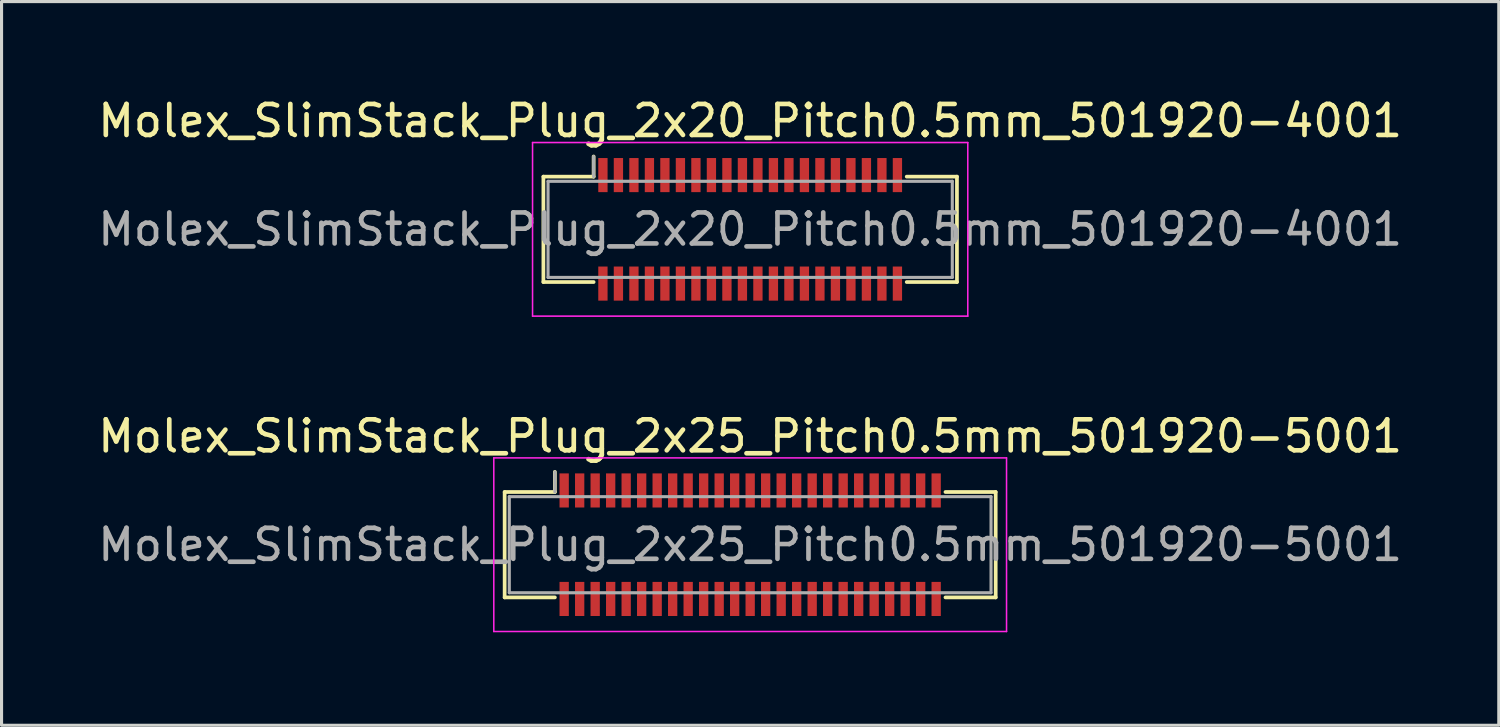
<source format=kicad_pcb>
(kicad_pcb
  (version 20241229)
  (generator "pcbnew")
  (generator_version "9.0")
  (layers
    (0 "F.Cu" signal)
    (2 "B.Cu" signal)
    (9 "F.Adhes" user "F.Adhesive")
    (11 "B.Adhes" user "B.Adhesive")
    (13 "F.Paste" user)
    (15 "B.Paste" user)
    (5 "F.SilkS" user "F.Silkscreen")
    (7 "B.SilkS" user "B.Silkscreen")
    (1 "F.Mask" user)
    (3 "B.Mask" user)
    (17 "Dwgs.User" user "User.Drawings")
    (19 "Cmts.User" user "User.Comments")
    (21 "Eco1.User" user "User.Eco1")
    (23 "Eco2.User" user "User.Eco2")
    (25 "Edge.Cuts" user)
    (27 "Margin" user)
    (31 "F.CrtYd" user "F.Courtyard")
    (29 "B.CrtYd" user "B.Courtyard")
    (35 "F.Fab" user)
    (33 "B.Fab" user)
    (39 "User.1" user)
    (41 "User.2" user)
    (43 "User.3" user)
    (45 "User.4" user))
  (footprint "Molex_SlimStack_Plug_2x25_Pitch0.5mm_501920-5001"
    (layer "F.Cu")
    (at 21.149 14.521)
    (property "Reference" "Molex_SlimStack_Plug_2x25_Pitch0.5mm_501920-5001" (at 0 -3.5 0) (layer "F.SilkS") (effects (font (size 1 1) (thickness 0.15))))
    (attr smd)
    (fp_line (start -7.92 -1.7) (end -6.3 -1.7) (stroke (width 0.12) (type solid)) (layer "F.SilkS"))
    (fp_line (start -7.92 1.7) (end -7.92 -1.7) (stroke (width 0.12) (type solid)) (layer "F.SilkS"))
    (fp_line (start -6.3 -1.7) (end -6.3 -2.35) (stroke (width 0.12) (type solid)) (layer "F.SilkS"))
    (fp_line (start -6.3 1.7) (end -7.92 1.7) (stroke (width 0.12) (type solid)) (layer "F.SilkS"))
    (fp_line (start 6.3 1.7) (end 7.92 1.7) (stroke (width 0.12) (type solid)) (layer "F.SilkS"))
    (fp_line (start 7.92 -1.7) (end 6.3 -1.7) (stroke (width 0.12) (type solid)) (layer "F.SilkS"))
    (fp_line (start 7.92 1.7) (end 7.92 -1.7) (stroke (width 0.12) (type solid)) (layer "F.SilkS"))
    (fp_line (start -8.27 -2.8) (end -8.27 2.8) (stroke (width 0.05) (type solid)) (layer "F.CrtYd"))
    (fp_line (start -8.27 2.8) (end 8.27 2.8) (stroke (width 0.05) (type solid)) (layer "F.CrtYd"))
    (fp_line (start 8.27 -2.8) (end -8.27 -2.8) (stroke (width 0.05) (type solid)) (layer "F.CrtYd"))
    (fp_line (start 8.27 2.8) (end 8.27 -2.8) (stroke (width 0.05) (type solid)) (layer "F.CrtYd"))
    (fp_line (start -7.77 -1.55) (end -7.77 1.55) (stroke (width 0.1) (type solid)) (layer "F.Fab"))
    (fp_line (start -7.77 1.55) (end 7.77 1.55) (stroke (width 0.1) (type solid)) (layer "F.Fab"))
    (fp_line (start -6.3 -1.7) (end -6.3 -2.35) (stroke (width 0.1) (type solid)) (layer "F.Fab"))
    (fp_line (start 7.77 -1.55) (end -7.77 -1.55) (stroke (width 0.1) (type solid)) (layer "F.Fab"))
    (fp_line (start 7.77 1.55) (end 7.77 -1.55) (stroke (width 0.1) (type solid)) (layer "F.Fab"))
    (fp_text user "${REFERENCE}" (at 0 0 0) (layer "F.Fab") (effects (font (size 1 1) (thickness 0.15))))
    (pad "1" smd rect (at -6 -1.75) (size 0.3 1.1) (layers "F.Cu" "F.Mask" "F.Paste"))
    (pad "2" smd rect (at -6 1.75) (size 0.3 1.1) (layers "F.Cu" "F.Mask" "F.Paste"))
    (pad "3" smd rect (at -5.5 -1.75) (size 0.3 1.1) (layers "F.Cu" "F.Mask" "F.Paste"))
    (pad "4" smd rect (at -5.5 1.75) (size 0.3 1.1) (layers "F.Cu" "F.Mask" "F.Paste"))
    (pad "5" smd rect (at -5 -1.75) (size 0.3 1.1) (layers "F.Cu" "F.Mask" "F.Paste"))
    (pad "6" smd rect (at -5 1.75) (size 0.3 1.1) (layers "F.Cu" "F.Mask" "F.Paste"))
    (pad "7" smd rect (at -4.5 -1.75) (size 0.3 1.1) (layers "F.Cu" "F.Mask" "F.Paste"))
    (pad "8" smd rect (at -4.5 1.75) (size 0.3 1.1) (layers "F.Cu" "F.Mask" "F.Paste"))
    (pad "9" smd rect (at -4 -1.75) (size 0.3 1.1) (layers "F.Cu" "F.Mask" "F.Paste"))
    (pad "10" smd rect (at -4 1.75) (size 0.3 1.1) (layers "F.Cu" "F.Mask" "F.Paste"))
    (pad "11" smd rect (at -3.5 -1.75) (size 0.3 1.1) (layers "F.Cu" "F.Mask" "F.Paste"))
    (pad "12" smd rect (at -3.5 1.75) (size 0.3 1.1) (layers "F.Cu" "F.Mask" "F.Paste"))
    (pad "13" smd rect (at -3 -1.75) (size 0.3 1.1) (layers "F.Cu" "F.Mask" "F.Paste"))
    (pad "14" smd rect (at -3 1.75) (size 0.3 1.1) (layers "F.Cu" "F.Mask" "F.Paste"))
    (pad "15" smd rect (at -2.5 -1.75) (size 0.3 1.1) (layers "F.Cu" "F.Mask" "F.Paste"))
    (pad "16" smd rect (at -2.5 1.75) (size 0.3 1.1) (layers "F.Cu" "F.Mask" "F.Paste"))
    (pad "17" smd rect (at -2 -1.75) (size 0.3 1.1) (layers "F.Cu" "F.Mask" "F.Paste"))
    (pad "18" smd rect (at -2 1.75) (size 0.3 1.1) (layers "F.Cu" "F.Mask" "F.Paste"))
    (pad "19" smd rect (at -1.5 -1.75) (size 0.3 1.1) (layers "F.Cu" "F.Mask" "F.Paste"))
    (pad "20" smd rect (at -1.5 1.75) (size 0.3 1.1) (layers "F.Cu" "F.Mask" "F.Paste"))
    (pad "21" smd rect (at -1 -1.75) (size 0.3 1.1) (layers "F.Cu" "F.Mask" "F.Paste"))
    (pad "22" smd rect (at -1 1.75) (size 0.3 1.1) (layers "F.Cu" "F.Mask" "F.Paste"))
    (pad "23" smd rect (at -0.5 -1.75) (size 0.3 1.1) (layers "F.Cu" "F.Mask" "F.Paste"))
    (pad "24" smd rect (at -0.5 1.75) (size 0.3 1.1) (layers "F.Cu" "F.Mask" "F.Paste"))
    (pad "25" smd rect (at 0 -1.75) (size 0.3 1.1) (layers "F.Cu" "F.Mask" "F.Paste"))
    (pad "26" smd rect (at 0 1.75) (size 0.3 1.1) (layers "F.Cu" "F.Mask" "F.Paste"))
    (pad "27" smd rect (at 0.5 -1.75) (size 0.3 1.1) (layers "F.Cu" "F.Mask" "F.Paste"))
    (pad "28" smd rect (at 0.5 1.75) (size 0.3 1.1) (layers "F.Cu" "F.Mask" "F.Paste"))
    (pad "29" smd rect (at 1 -1.75) (size 0.3 1.1) (layers "F.Cu" "F.Mask" "F.Paste"))
    (pad "30" smd rect (at 1 1.75) (size 0.3 1.1) (layers "F.Cu" "F.Mask" "F.Paste"))
    (pad "31" smd rect (at 1.5 -1.75) (size 0.3 1.1) (layers "F.Cu" "F.Mask" "F.Paste"))
    (pad "32" smd rect (at 1.5 1.75) (size 0.3 1.1) (layers "F.Cu" "F.Mask" "F.Paste"))
    (pad "33" smd rect (at 2 -1.75) (size 0.3 1.1) (layers "F.Cu" "F.Mask" "F.Paste"))
    (pad "34" smd rect (at 2 1.75) (size 0.3 1.1) (layers "F.Cu" "F.Mask" "F.Paste"))
    (pad "35" smd rect (at 2.5 -1.75) (size 0.3 1.1) (layers "F.Cu" "F.Mask" "F.Paste"))
    (pad "36" smd rect (at 2.5 1.75) (size 0.3 1.1) (layers "F.Cu" "F.Mask" "F.Paste"))
    (pad "37" smd rect (at 3 -1.75) (size 0.3 1.1) (layers "F.Cu" "F.Mask" "F.Paste"))
    (pad "38" smd rect (at 3 1.75) (size 0.3 1.1) (layers "F.Cu" "F.Mask" "F.Paste"))
    (pad "39" smd rect (at 3.5 -1.75) (size 0.3 1.1) (layers "F.Cu" "F.Mask" "F.Paste"))
    (pad "40" smd rect (at 3.5 1.75) (size 0.3 1.1) (layers "F.Cu" "F.Mask" "F.Paste"))
    (pad "41" smd rect (at 4 -1.75) (size 0.3 1.1) (layers "F.Cu" "F.Mask" "F.Paste"))
    (pad "42" smd rect (at 4 1.75) (size 0.3 1.1) (layers "F.Cu" "F.Mask" "F.Paste"))
    (pad "43" smd rect (at 4.5 -1.75) (size 0.3 1.1) (layers "F.Cu" "F.Mask" "F.Paste"))
    (pad "44" smd rect (at 4.5 1.75) (size 0.3 1.1) (layers "F.Cu" "F.Mask" "F.Paste"))
    (pad "45" smd rect (at 5 -1.75) (size 0.3 1.1) (layers "F.Cu" "F.Mask" "F.Paste"))
    (pad "46" smd rect (at 5 1.75) (size 0.3 1.1) (layers "F.Cu" "F.Mask" "F.Paste"))
    (pad "47" smd rect (at 5.5 -1.75) (size 0.3 1.1) (layers "F.Cu" "F.Mask" "F.Paste"))
    (pad "48" smd rect (at 5.5 1.75) (size 0.3 1.1) (layers "F.Cu" "F.Mask" "F.Paste"))
    (pad "49" smd rect (at 6 -1.75) (size 0.3 1.1) (layers "F.Cu" "F.Mask" "F.Paste"))
    (pad "50" smd rect (at 6 1.75) (size 0.3 1.1) (layers "F.Cu" "F.Mask" "F.Paste")))
  (footprint "Molex_SlimStack_Plug_2x20_Pitch0.5mm_501920-4001"
    (layer "F.Cu")
    (at 21.149 4.348)
    (property "Reference" "Molex_SlimStack_Plug_2x20_Pitch0.5mm_501920-4001" (at 0 -3.5 0) (layer "F.SilkS") (effects (font (size 1 1) (thickness 0.15))))
    (attr smd)
    (fp_line (start -6.67 -1.7) (end -5.05 -1.7) (stroke (width 0.12) (type solid)) (layer "F.SilkS"))
    (fp_line (start -6.67 1.7) (end -6.67 -1.7) (stroke (width 0.12) (type solid)) (layer "F.SilkS"))
    (fp_line (start -5.05 -1.7) (end -5.05 -2.35) (stroke (width 0.12) (type solid)) (layer "F.SilkS"))
    (fp_line (start -5.05 1.7) (end -6.67 1.7) (stroke (width 0.12) (type solid)) (layer "F.SilkS"))
    (fp_line (start 5.05 1.7) (end 6.67 1.7) (stroke (width 0.12) (type solid)) (layer "F.SilkS"))
    (fp_line (start 6.67 -1.7) (end 5.05 -1.7) (stroke (width 0.12) (type solid)) (layer "F.SilkS"))
    (fp_line (start 6.67 1.7) (end 6.67 -1.7) (stroke (width 0.12) (type solid)) (layer "F.SilkS"))
    (fp_line (start -7.02 -2.8) (end -7.02 2.8) (stroke (width 0.05) (type solid)) (layer "F.CrtYd"))
    (fp_line (start -7.02 2.8) (end 7.02 2.8) (stroke (width 0.05) (type solid)) (layer "F.CrtYd"))
    (fp_line (start 7.02 -2.8) (end -7.02 -2.8) (stroke (width 0.05) (type solid)) (layer "F.CrtYd"))
    (fp_line (start 7.02 2.8) (end 7.02 -2.8) (stroke (width 0.05) (type solid)) (layer "F.CrtYd"))
    (fp_line (start -6.52 -1.55) (end -6.52 1.55) (stroke (width 0.1) (type solid)) (layer "F.Fab"))
    (fp_line (start -6.52 1.55) (end 6.52 1.55) (stroke (width 0.1) (type solid)) (layer "F.Fab"))
    (fp_line (start -5.05 -1.7) (end -5.05 -2.35) (stroke (width 0.1) (type solid)) (layer "F.Fab"))
    (fp_line (start 6.52 -1.55) (end -6.52 -1.55) (stroke (width 0.1) (type solid)) (layer "F.Fab"))
    (fp_line (start 6.52 1.55) (end 6.52 -1.55) (stroke (width 0.1) (type solid)) (layer "F.Fab"))
    (fp_text user "${REFERENCE}" (at 0 0 0) (layer "F.Fab") (effects (font (size 1 1) (thickness 0.15))))
    (pad "1" smd rect (at -4.75 -1.75) (size 0.3 1.1) (layers "F.Cu" "F.Mask" "F.Paste"))
    (pad "2" smd rect (at -4.75 1.75) (size 0.3 1.1) (layers "F.Cu" "F.Mask" "F.Paste"))
    (pad "3" smd rect (at -4.25 -1.75) (size 0.3 1.1) (layers "F.Cu" "F.Mask" "F.Paste"))
    (pad "4" smd rect (at -4.25 1.75) (size 0.3 1.1) (layers "F.Cu" "F.Mask" "F.Paste"))
    (pad "5" smd rect (at -3.75 -1.75) (size 0.3 1.1) (layers "F.Cu" "F.Mask" "F.Paste"))
    (pad "6" smd rect (at -3.75 1.75) (size 0.3 1.1) (layers "F.Cu" "F.Mask" "F.Paste"))
    (pad "7" smd rect (at -3.25 -1.75) (size 0.3 1.1) (layers "F.Cu" "F.Mask" "F.Paste"))
    (pad "8" smd rect (at -3.25 1.75) (size 0.3 1.1) (layers "F.Cu" "F.Mask" "F.Paste"))
    (pad "9" smd rect (at -2.75 -1.75) (size 0.3 1.1) (layers "F.Cu" "F.Mask" "F.Paste"))
    (pad "10" smd rect (at -2.75 1.75) (size 0.3 1.1) (layers "F.Cu" "F.Mask" "F.Paste"))
    (pad "11" smd rect (at -2.25 -1.75) (size 0.3 1.1) (layers "F.Cu" "F.Mask" "F.Paste"))
    (pad "12" smd rect (at -2.25 1.75) (size 0.3 1.1) (layers "F.Cu" "F.Mask" "F.Paste"))
    (pad "13" smd rect (at -1.75 -1.75) (size 0.3 1.1) (layers "F.Cu" "F.Mask" "F.Paste"))
    (pad "14" smd rect (at -1.75 1.75) (size 0.3 1.1) (layers "F.Cu" "F.Mask" "F.Paste"))
    (pad "15" smd rect (at -1.25 -1.75) (size 0.3 1.1) (layers "F.Cu" "F.Mask" "F.Paste"))
    (pad "16" smd rect (at -1.25 1.75) (size 0.3 1.1) (layers "F.Cu" "F.Mask" "F.Paste"))
    (pad "17" smd rect (at -0.75 -1.75) (size 0.3 1.1) (layers "F.Cu" "F.Mask" "F.Paste"))
    (pad "18" smd rect (at -0.75 1.75) (size 0.3 1.1) (layers "F.Cu" "F.Mask" "F.Paste"))
    (pad "19" smd rect (at -0.25 -1.75) (size 0.3 1.1) (layers "F.Cu" "F.Mask" "F.Paste"))
    (pad "20" smd rect (at -0.25 1.75) (size 0.3 1.1) (layers "F.Cu" "F.Mask" "F.Paste"))
    (pad "21" smd rect (at 0.25 -1.75) (size 0.3 1.1) (layers "F.Cu" "F.Mask" "F.Paste"))
    (pad "22" smd rect (at 0.25 1.75) (size 0.3 1.1) (layers "F.Cu" "F.Mask" "F.Paste"))
    (pad "23" smd rect (at 0.75 -1.75) (size 0.3 1.1) (layers "F.Cu" "F.Mask" "F.Paste"))
    (pad "24" smd rect (at 0.75 1.75) (size 0.3 1.1) (layers "F.Cu" "F.Mask" "F.Paste"))
    (pad "25" smd rect (at 1.25 -1.75) (size 0.3 1.1) (layers "F.Cu" "F.Mask" "F.Paste"))
    (pad "26" smd rect (at 1.25 1.75) (size 0.3 1.1) (layers "F.Cu" "F.Mask" "F.Paste"))
    (pad "27" smd rect (at 1.75 -1.75) (size 0.3 1.1) (layers "F.Cu" "F.Mask" "F.Paste"))
    (pad "28" smd rect (at 1.75 1.75) (size 0.3 1.1) (layers "F.Cu" "F.Mask" "F.Paste"))
    (pad "29" smd rect (at 2.25 -1.75) (size 0.3 1.1) (layers "F.Cu" "F.Mask" "F.Paste"))
    (pad "30" smd rect (at 2.25 1.75) (size 0.3 1.1) (layers "F.Cu" "F.Mask" "F.Paste"))
    (pad "31" smd rect (at 2.75 -1.75) (size 0.3 1.1) (layers "F.Cu" "F.Mask" "F.Paste"))
    (pad "32" smd rect (at 2.75 1.75) (size 0.3 1.1) (layers "F.Cu" "F.Mask" "F.Paste"))
    (pad "33" smd rect (at 3.25 -1.75) (size 0.3 1.1) (layers "F.Cu" "F.Mask" "F.Paste"))
    (pad "34" smd rect (at 3.25 1.75) (size 0.3 1.1) (layers "F.Cu" "F.Mask" "F.Paste"))
    (pad "35" smd rect (at 3.75 -1.75) (size 0.3 1.1) (layers "F.Cu" "F.Mask" "F.Paste"))
    (pad "36" smd rect (at 3.75 1.75) (size 0.3 1.1) (layers "F.Cu" "F.Mask" "F.Paste"))
    (pad "37" smd rect (at 4.25 -1.75) (size 0.3 1.1) (layers "F.Cu" "F.Mask" "F.Paste"))
    (pad "38" smd rect (at 4.25 1.75) (size 0.3 1.1) (layers "F.Cu" "F.Mask" "F.Paste"))
    (pad "39" smd rect (at 4.75 -1.75) (size 0.3 1.1) (layers "F.Cu" "F.Mask" "F.Paste"))
    (pad "40" smd rect (at 4.75 1.75) (size 0.3 1.1) (layers "F.Cu" "F.Mask" "F.Paste")))
  (gr_rect
    (start -3 -3)
    (end 45.298 20.346)
    (stroke (width 0.1) (type default))
    (fill no)
    (layer "Edge.Cuts")))
</source>
